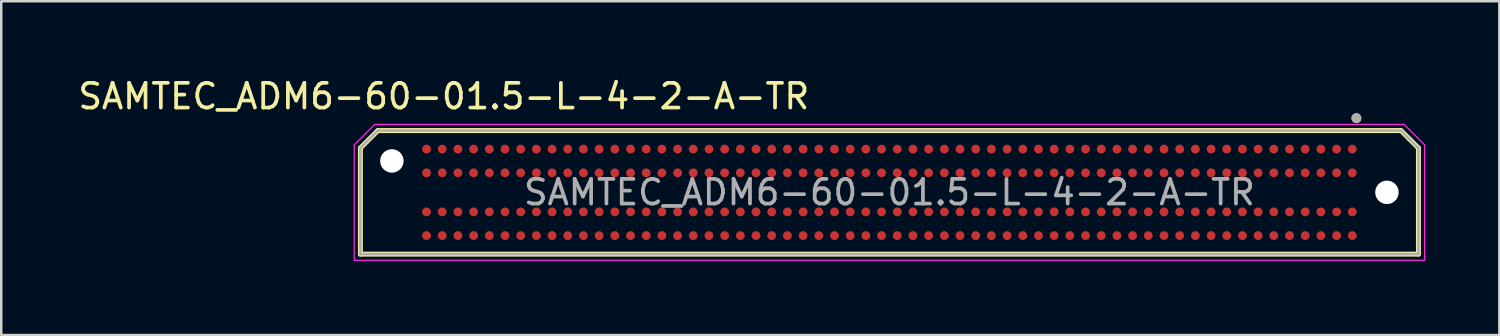
<source format=kicad_pcb>
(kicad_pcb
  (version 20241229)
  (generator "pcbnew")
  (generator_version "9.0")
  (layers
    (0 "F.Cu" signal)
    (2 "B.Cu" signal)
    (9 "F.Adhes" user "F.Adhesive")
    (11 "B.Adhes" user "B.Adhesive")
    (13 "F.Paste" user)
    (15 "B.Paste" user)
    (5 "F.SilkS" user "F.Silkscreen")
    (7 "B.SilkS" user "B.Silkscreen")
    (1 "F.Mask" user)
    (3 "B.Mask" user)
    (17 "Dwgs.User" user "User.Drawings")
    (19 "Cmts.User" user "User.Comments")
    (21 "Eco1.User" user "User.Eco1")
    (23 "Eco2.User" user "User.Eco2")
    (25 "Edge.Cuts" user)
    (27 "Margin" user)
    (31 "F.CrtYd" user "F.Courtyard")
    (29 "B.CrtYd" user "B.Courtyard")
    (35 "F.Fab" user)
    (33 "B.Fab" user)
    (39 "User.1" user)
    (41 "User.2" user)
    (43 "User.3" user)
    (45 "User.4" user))
  (footprint "SAMTEC_ADM6-60-01.5-L-4-2-A-TR"
    (layer "F.Cu")
    (at 32.945 4.734)
    (property "Reference" "SAMTEC_ADM6-60-01.5-L-4-2-A-TR" (at -18.034 -3.886 0) (layer "F.SilkS") (effects (font (size 1 1) (thickness 0.15))))
    (attr through_hole)
    (fp_line (start -21.41 -1.793) (end -20.703 -2.5) (stroke (width 0.2) (type solid)) (layer "F.SilkS"))
    (fp_line (start -21.41 2.5) (end -21.41 -1.793) (stroke (width 0.2) (type solid)) (layer "F.SilkS"))
    (fp_line (start -20.703 -2.5) (end 20.703 -2.5) (stroke (width 0.2) (type solid)) (layer "F.SilkS"))
    (fp_line (start 20.703 -2.5) (end 21.41 -1.793) (stroke (width 0.2) (type solid)) (layer "F.SilkS"))
    (fp_line (start 21.41 -1.793) (end 21.41 2.5) (stroke (width 0.2) (type solid)) (layer "F.SilkS"))
    (fp_line (start 21.41 2.5) (end -21.41 2.5) (stroke (width 0.2) (type solid)) (layer "F.SilkS"))
    (fp_circle (center 18.9 -3) (end 19 -3) (stroke (width 0.2) (type solid)) (fill no) (layer "F.SilkS"))
    (fp_line (start -21.66 -1.918) (end -20.828 -2.75) (stroke (width 0.05) (type solid)) (layer "F.CrtYd"))
    (fp_line (start -21.66 2.75) (end -21.66 -1.918) (stroke (width 0.05) (type solid)) (layer "F.CrtYd"))
    (fp_line (start -20.828 -2.75) (end 20.828 -2.75) (stroke (width 0.05) (type solid)) (layer "F.CrtYd"))
    (fp_line (start 20.828 -2.75) (end 21.66 -1.918) (stroke (width 0.05) (type solid)) (layer "F.CrtYd"))
    (fp_line (start 21.66 -1.918) (end 21.66 2.75) (stroke (width 0.05) (type solid)) (layer "F.CrtYd"))
    (fp_line (start 21.66 2.75) (end -21.66 2.75) (stroke (width 0.05) (type solid)) (layer "F.CrtYd"))
    (fp_line (start -21.41 -1.793) (end -20.703 -2.5) (stroke (width 0.1) (type solid)) (layer "F.Fab"))
    (fp_line (start -21.41 2.5) (end -21.41 -1.793) (stroke (width 0.1) (type solid)) (layer "F.Fab"))
    (fp_line (start -20.703 -2.5) (end 20.703 -2.5) (stroke (width 0.1) (type solid)) (layer "F.Fab"))
    (fp_line (start 20.703 -2.5) (end 21.41 -1.793) (stroke (width 0.1) (type solid)) (layer "F.Fab"))
    (fp_line (start 21.41 -1.793) (end 21.41 2.5) (stroke (width 0.1) (type solid)) (layer "F.Fab"))
    (fp_line (start 21.41 2.5) (end -21.41 2.5) (stroke (width 0.1) (type solid)) (layer "F.Fab"))
    (fp_circle (center 18.9 -3) (end 19 -3) (stroke (width 0.2) (type solid)) (fill no) (layer "F.Fab"))
    (fp_text user "${REFERENCE}" (at 0 0 0) (layer "F.Fab") (effects (font (size 1 1) (thickness 0.15))))
    (pad "" np_thru_hole circle (at -20.135 -1.27) (size 0.95 0.95) (drill 0.95) (layers "*.Cu" "*.Mask"))
    (pad "" np_thru_hole circle (at 20.135 0) (size 0.95 0.95) (drill 0.95) (layers "*.Cu" "*.Mask"))
    (pad "A01" smd circle (at 18.733 -1.75) (size 0.356 0.356) (layers "F.Cu" "F.Mask" "F.Paste"))
    (pad "A02" smd circle (at 18.098 -1.75) (size 0.356 0.356) (layers "F.Cu" "F.Mask" "F.Paste"))
    (pad "A03" smd circle (at 17.462 -1.75) (size 0.356 0.356) (layers "F.Cu" "F.Mask" "F.Paste"))
    (pad "A04" smd circle (at 16.828 -1.75) (size 0.356 0.356) (layers "F.Cu" "F.Mask" "F.Paste"))
    (pad "A05" smd circle (at 16.192 -1.75) (size 0.356 0.356) (layers "F.Cu" "F.Mask" "F.Paste"))
    (pad "A06" smd circle (at 15.557 -1.75) (size 0.356 0.356) (layers "F.Cu" "F.Mask" "F.Paste"))
    (pad "A07" smd circle (at 14.922 -1.75) (size 0.356 0.356) (layers "F.Cu" "F.Mask" "F.Paste"))
    (pad "A08" smd circle (at 14.287 -1.75) (size 0.356 0.356) (layers "F.Cu" "F.Mask" "F.Paste"))
    (pad "A09" smd circle (at 13.652 -1.75) (size 0.356 0.356) (layers "F.Cu" "F.Mask" "F.Paste"))
    (pad "A10" smd circle (at 13.018 -1.75) (size 0.356 0.356) (layers "F.Cu" "F.Mask" "F.Paste"))
    (pad "A11" smd circle (at 12.383 -1.75) (size 0.356 0.356) (layers "F.Cu" "F.Mask" "F.Paste"))
    (pad "A12" smd circle (at 11.748 -1.75) (size 0.356 0.356) (layers "F.Cu" "F.Mask" "F.Paste"))
    (pad "A13" smd circle (at 11.113 -1.75) (size 0.356 0.356) (layers "F.Cu" "F.Mask" "F.Paste"))
    (pad "A14" smd circle (at 10.477 -1.75) (size 0.356 0.356) (layers "F.Cu" "F.Mask" "F.Paste"))
    (pad "A15" smd circle (at 9.842 -1.75) (size 0.356 0.356) (layers "F.Cu" "F.Mask" "F.Paste"))
    (pad "A16" smd circle (at 9.207 -1.75) (size 0.356 0.356) (layers "F.Cu" "F.Mask" "F.Paste"))
    (pad "A17" smd circle (at 8.572 -1.75) (size 0.356 0.356) (layers "F.Cu" "F.Mask" "F.Paste"))
    (pad "A18" smd circle (at 7.938 -1.75) (size 0.356 0.356) (layers "F.Cu" "F.Mask" "F.Paste"))
    (pad "A19" smd circle (at 7.303 -1.75) (size 0.356 0.356) (layers "F.Cu" "F.Mask" "F.Paste"))
    (pad "A20" smd circle (at 6.668 -1.75) (size 0.356 0.356) (layers "F.Cu" "F.Mask" "F.Paste"))
    (pad "A21" smd circle (at 6.032 -1.75) (size 0.356 0.356) (layers "F.Cu" "F.Mask" "F.Paste"))
    (pad "A22" smd circle (at 5.397 -1.75) (size 0.356 0.356) (layers "F.Cu" "F.Mask" "F.Paste"))
    (pad "A23" smd circle (at 4.763 -1.75) (size 0.356 0.356) (layers "F.Cu" "F.Mask" "F.Paste"))
    (pad "A24" smd circle (at 4.128 -1.75) (size 0.356 0.356) (layers "F.Cu" "F.Mask" "F.Paste"))
    (pad "A25" smd circle (at 3.493 -1.75) (size 0.356 0.356) (layers "F.Cu" "F.Mask" "F.Paste"))
    (pad "A26" smd circle (at 2.857 -1.75) (size 0.356 0.356) (layers "F.Cu" "F.Mask" "F.Paste"))
    (pad "A27" smd circle (at 2.223 -1.75) (size 0.356 0.356) (layers "F.Cu" "F.Mask" "F.Paste"))
    (pad "A28" smd circle (at 1.587 -1.75) (size 0.356 0.356) (layers "F.Cu" "F.Mask" "F.Paste"))
    (pad "A29" smd circle (at 0.953 -1.75) (size 0.356 0.356) (layers "F.Cu" "F.Mask" "F.Paste"))
    (pad "A30" smd circle (at 0.318 -1.75) (size 0.356 0.356) (layers "F.Cu" "F.Mask" "F.Paste"))
    (pad "A31" smd circle (at -0.318 -1.75) (size 0.356 0.356) (layers "F.Cu" "F.Mask" "F.Paste"))
    (pad "A32" smd circle (at -0.953 -1.75) (size 0.356 0.356) (layers "F.Cu" "F.Mask" "F.Paste"))
    (pad "A33" smd circle (at -1.587 -1.75) (size 0.356 0.356) (layers "F.Cu" "F.Mask" "F.Paste"))
    (pad "A34" smd circle (at -2.223 -1.75) (size 0.356 0.356) (layers "F.Cu" "F.Mask" "F.Paste"))
    (pad "A35" smd circle (at -2.857 -1.75) (size 0.356 0.356) (layers "F.Cu" "F.Mask" "F.Paste"))
    (pad "A36" smd circle (at -3.493 -1.75) (size 0.356 0.356) (layers "F.Cu" "F.Mask" "F.Paste"))
    (pad "A37" smd circle (at -4.128 -1.75) (size 0.356 0.356) (layers "F.Cu" "F.Mask" "F.Paste"))
    (pad "A38" smd circle (at -4.763 -1.75) (size 0.356 0.356) (layers "F.Cu" "F.Mask" "F.Paste"))
    (pad "A39" smd circle (at -5.397 -1.75) (size 0.356 0.356) (layers "F.Cu" "F.Mask" "F.Paste"))
    (pad "A40" smd circle (at -6.032 -1.75) (size 0.356 0.356) (layers "F.Cu" "F.Mask" "F.Paste"))
    (pad "A41" smd circle (at -6.668 -1.75) (size 0.356 0.356) (layers "F.Cu" "F.Mask" "F.Paste"))
    (pad "A42" smd circle (at -7.303 -1.75) (size 0.356 0.356) (layers "F.Cu" "F.Mask" "F.Paste"))
    (pad "A43" smd circle (at -7.938 -1.75) (size 0.356 0.356) (layers "F.Cu" "F.Mask" "F.Paste"))
    (pad "A44" smd circle (at -8.572 -1.75) (size 0.356 0.356) (layers "F.Cu" "F.Mask" "F.Paste"))
    (pad "A45" smd circle (at -9.207 -1.75) (size 0.356 0.356) (layers "F.Cu" "F.Mask" "F.Paste"))
    (pad "A46" smd circle (at -9.842 -1.75) (size 0.356 0.356) (layers "F.Cu" "F.Mask" "F.Paste"))
    (pad "A47" smd circle (at -10.477 -1.75) (size 0.356 0.356) (layers "F.Cu" "F.Mask" "F.Paste"))
    (pad "A48" smd circle (at -11.113 -1.75) (size 0.356 0.356) (layers "F.Cu" "F.Mask" "F.Paste"))
    (pad "A49" smd circle (at -11.748 -1.75) (size 0.356 0.356) (layers "F.Cu" "F.Mask" "F.Paste"))
    (pad "A50" smd circle (at -12.383 -1.75) (size 0.356 0.356) (layers "F.Cu" "F.Mask" "F.Paste"))
    (pad "A51" smd circle (at -13.018 -1.75) (size 0.356 0.356) (layers "F.Cu" "F.Mask" "F.Paste"))
    (pad "A52" smd circle (at -13.652 -1.75) (size 0.356 0.356) (layers "F.Cu" "F.Mask" "F.Paste"))
    (pad "A53" smd circle (at -14.287 -1.75) (size 0.356 0.356) (layers "F.Cu" "F.Mask" "F.Paste"))
    (pad "A54" smd circle (at -14.922 -1.75) (size 0.356 0.356) (layers "F.Cu" "F.Mask" "F.Paste"))
    (pad "A55" smd circle (at -15.557 -1.75) (size 0.356 0.356) (layers "F.Cu" "F.Mask" "F.Paste"))
    (pad "A56" smd circle (at -16.192 -1.75) (size 0.356 0.356) (layers "F.Cu" "F.Mask" "F.Paste"))
    (pad "A57" smd circle (at -16.828 -1.75) (size 0.356 0.356) (layers "F.Cu" "F.Mask" "F.Paste"))
    (pad "A58" smd circle (at -17.462 -1.75) (size 0.356 0.356) (layers "F.Cu" "F.Mask" "F.Paste"))
    (pad "A59" smd circle (at -18.098 -1.75) (size 0.356 0.356) (layers "F.Cu" "F.Mask" "F.Paste"))
    (pad "A60" smd circle (at -18.733 -1.75) (size 0.356 0.356) (layers "F.Cu" "F.Mask" "F.Paste"))
    (pad "B01" smd circle (at 18.733 -0.79) (size 0.356 0.356) (layers "F.Cu" "F.Mask" "F.Paste"))
    (pad "B02" smd circle (at 18.098 -0.79) (size 0.356 0.356) (layers "F.Cu" "F.Mask" "F.Paste"))
    (pad "B03" smd circle (at 17.462 -0.79) (size 0.356 0.356) (layers "F.Cu" "F.Mask" "F.Paste"))
    (pad "B04" smd circle (at 16.828 -0.79) (size 0.356 0.356) (layers "F.Cu" "F.Mask" "F.Paste"))
    (pad "B05" smd circle (at 16.192 -0.79) (size 0.356 0.356) (layers "F.Cu" "F.Mask" "F.Paste"))
    (pad "B06" smd circle (at 15.557 -0.79) (size 0.356 0.356) (layers "F.Cu" "F.Mask" "F.Paste"))
    (pad "B07" smd circle (at 14.922 -0.79) (size 0.356 0.356) (layers "F.Cu" "F.Mask" "F.Paste"))
    (pad "B08" smd circle (at 14.287 -0.79) (size 0.356 0.356) (layers "F.Cu" "F.Mask" "F.Paste"))
    (pad "B09" smd circle (at 13.652 -0.79) (size 0.356 0.356) (layers "F.Cu" "F.Mask" "F.Paste"))
    (pad "B10" smd circle (at 13.018 -0.79) (size 0.356 0.356) (layers "F.Cu" "F.Mask" "F.Paste"))
    (pad "B11" smd circle (at 12.383 -0.79) (size 0.356 0.356) (layers "F.Cu" "F.Mask" "F.Paste"))
    (pad "B12" smd circle (at 11.748 -0.79) (size 0.356 0.356) (layers "F.Cu" "F.Mask" "F.Paste"))
    (pad "B13" smd circle (at 11.113 -0.79) (size 0.356 0.356) (layers "F.Cu" "F.Mask" "F.Paste"))
    (pad "B14" smd circle (at 10.477 -0.79) (size 0.356 0.356) (layers "F.Cu" "F.Mask" "F.Paste"))
    (pad "B15" smd circle (at 9.842 -0.79) (size 0.356 0.356) (layers "F.Cu" "F.Mask" "F.Paste"))
    (pad "B16" smd circle (at 9.207 -0.79) (size 0.356 0.356) (layers "F.Cu" "F.Mask" "F.Paste"))
    (pad "B17" smd circle (at 8.572 -0.79) (size 0.356 0.356) (layers "F.Cu" "F.Mask" "F.Paste"))
    (pad "B18" smd circle (at 7.938 -0.79) (size 0.356 0.356) (layers "F.Cu" "F.Mask" "F.Paste"))
    (pad "B19" smd circle (at 7.303 -0.79) (size 0.356 0.356) (layers "F.Cu" "F.Mask" "F.Paste"))
    (pad "B20" smd circle (at 6.668 -0.79) (size 0.356 0.356) (layers "F.Cu" "F.Mask" "F.Paste"))
    (pad "B21" smd circle (at 6.032 -0.79) (size 0.356 0.356) (layers "F.Cu" "F.Mask" "F.Paste"))
    (pad "B22" smd circle (at 5.397 -0.79) (size 0.356 0.356) (layers "F.Cu" "F.Mask" "F.Paste"))
    (pad "B23" smd circle (at 4.763 -0.79) (size 0.356 0.356) (layers "F.Cu" "F.Mask" "F.Paste"))
    (pad "B24" smd circle (at 4.128 -0.79) (size 0.356 0.356) (layers "F.Cu" "F.Mask" "F.Paste"))
    (pad "B25" smd circle (at 3.493 -0.79) (size 0.356 0.356) (layers "F.Cu" "F.Mask" "F.Paste"))
    (pad "B26" smd circle (at 2.857 -0.79) (size 0.356 0.356) (layers "F.Cu" "F.Mask" "F.Paste"))
    (pad "B27" smd circle (at 2.223 -0.79) (size 0.356 0.356) (layers "F.Cu" "F.Mask" "F.Paste"))
    (pad "B28" smd circle (at 1.587 -0.79) (size 0.356 0.356) (layers "F.Cu" "F.Mask" "F.Paste"))
    (pad "B29" smd circle (at 0.953 -0.79) (size 0.356 0.356) (layers "F.Cu" "F.Mask" "F.Paste"))
    (pad "B30" smd circle (at 0.318 -0.79) (size 0.356 0.356) (layers "F.Cu" "F.Mask" "F.Paste"))
    (pad "B31" smd circle (at -0.318 -0.79) (size 0.356 0.356) (layers "F.Cu" "F.Mask" "F.Paste"))
    (pad "B32" smd circle (at -0.953 -0.79) (size 0.356 0.356) (layers "F.Cu" "F.Mask" "F.Paste"))
    (pad "B33" smd circle (at -1.587 -0.79) (size 0.356 0.356) (layers "F.Cu" "F.Mask" "F.Paste"))
    (pad "B34" smd circle (at -2.223 -0.79) (size 0.356 0.356) (layers "F.Cu" "F.Mask" "F.Paste"))
    (pad "B35" smd circle (at -2.857 -0.79) (size 0.356 0.356) (layers "F.Cu" "F.Mask" "F.Paste"))
    (pad "B36" smd circle (at -3.493 -0.79) (size 0.356 0.356) (layers "F.Cu" "F.Mask" "F.Paste"))
    (pad "B37" smd circle (at -4.128 -0.79) (size 0.356 0.356) (layers "F.Cu" "F.Mask" "F.Paste"))
    (pad "B38" smd circle (at -4.763 -0.79) (size 0.356 0.356) (layers "F.Cu" "F.Mask" "F.Paste"))
    (pad "B39" smd circle (at -5.397 -0.79) (size 0.356 0.356) (layers "F.Cu" "F.Mask" "F.Paste"))
    (pad "B40" smd circle (at -6.032 -0.79) (size 0.356 0.356) (layers "F.Cu" "F.Mask" "F.Paste"))
    (pad "B41" smd circle (at -6.668 -0.79) (size 0.356 0.356) (layers "F.Cu" "F.Mask" "F.Paste"))
    (pad "B42" smd circle (at -7.303 -0.79) (size 0.356 0.356) (layers "F.Cu" "F.Mask" "F.Paste"))
    (pad "B43" smd circle (at -7.938 -0.79) (size 0.356 0.356) (layers "F.Cu" "F.Mask" "F.Paste"))
    (pad "B44" smd circle (at -8.572 -0.79) (size 0.356 0.356) (layers "F.Cu" "F.Mask" "F.Paste"))
    (pad "B45" smd circle (at -9.207 -0.79) (size 0.356 0.356) (layers "F.Cu" "F.Mask" "F.Paste"))
    (pad "B46" smd circle (at -9.842 -0.79) (size 0.356 0.356) (layers "F.Cu" "F.Mask" "F.Paste"))
    (pad "B47" smd circle (at -10.477 -0.79) (size 0.356 0.356) (layers "F.Cu" "F.Mask" "F.Paste"))
    (pad "B48" smd circle (at -11.113 -0.79) (size 0.356 0.356) (layers "F.Cu" "F.Mask" "F.Paste"))
    (pad "B49" smd circle (at -11.748 -0.79) (size 0.356 0.356) (layers "F.Cu" "F.Mask" "F.Paste"))
    (pad "B50" smd circle (at -12.383 -0.79) (size 0.356 0.356) (layers "F.Cu" "F.Mask" "F.Paste"))
    (pad "B51" smd circle (at -13.018 -0.79) (size 0.356 0.356) (layers "F.Cu" "F.Mask" "F.Paste"))
    (pad "B52" smd circle (at -13.652 -0.79) (size 0.356 0.356) (layers "F.Cu" "F.Mask" "F.Paste"))
    (pad "B53" smd circle (at -14.287 -0.79) (size 0.356 0.356) (layers "F.Cu" "F.Mask" "F.Paste"))
    (pad "B54" smd circle (at -14.922 -0.79) (size 0.356 0.356) (layers "F.Cu" "F.Mask" "F.Paste"))
    (pad "B55" smd circle (at -15.557 -0.79) (size 0.356 0.356) (layers "F.Cu" "F.Mask" "F.Paste"))
    (pad "B56" smd circle (at -16.192 -0.79) (size 0.356 0.356) (layers "F.Cu" "F.Mask" "F.Paste"))
    (pad "B57" smd circle (at -16.828 -0.79) (size 0.356 0.356) (layers "F.Cu" "F.Mask" "F.Paste"))
    (pad "B58" smd circle (at -17.462 -0.79) (size 0.356 0.356) (layers "F.Cu" "F.Mask" "F.Paste"))
    (pad "B59" smd circle (at -18.098 -0.79) (size 0.356 0.356) (layers "F.Cu" "F.Mask" "F.Paste"))
    (pad "B60" smd circle (at -18.733 -0.79) (size 0.356 0.356) (layers "F.Cu" "F.Mask" "F.Paste"))
    (pad "C01" smd circle (at 18.733 0.79) (size 0.356 0.356) (layers "F.Cu" "F.Mask" "F.Paste"))
    (pad "C02" smd circle (at 18.098 0.79) (size 0.356 0.356) (layers "F.Cu" "F.Mask" "F.Paste"))
    (pad "C03" smd circle (at 17.462 0.79) (size 0.356 0.356) (layers "F.Cu" "F.Mask" "F.Paste"))
    (pad "C04" smd circle (at 16.828 0.79) (size 0.356 0.356) (layers "F.Cu" "F.Mask" "F.Paste"))
    (pad "C05" smd circle (at 16.192 0.79) (size 0.356 0.356) (layers "F.Cu" "F.Mask" "F.Paste"))
    (pad "C06" smd circle (at 15.557 0.79) (size 0.356 0.356) (layers "F.Cu" "F.Mask" "F.Paste"))
    (pad "C07" smd circle (at 14.922 0.79) (size 0.356 0.356) (layers "F.Cu" "F.Mask" "F.Paste"))
    (pad "C08" smd circle (at 14.287 0.79) (size 0.356 0.356) (layers "F.Cu" "F.Mask" "F.Paste"))
    (pad "C09" smd circle (at 13.652 0.79) (size 0.356 0.356) (layers "F.Cu" "F.Mask" "F.Paste"))
    (pad "C10" smd circle (at 13.018 0.79) (size 0.356 0.356) (layers "F.Cu" "F.Mask" "F.Paste"))
    (pad "C11" smd circle (at 12.383 0.79) (size 0.356 0.356) (layers "F.Cu" "F.Mask" "F.Paste"))
    (pad "C12" smd circle (at 11.748 0.79) (size 0.356 0.356) (layers "F.Cu" "F.Mask" "F.Paste"))
    (pad "C13" smd circle (at 11.113 0.79) (size 0.356 0.356) (layers "F.Cu" "F.Mask" "F.Paste"))
    (pad "C14" smd circle (at 10.477 0.79) (size 0.356 0.356) (layers "F.Cu" "F.Mask" "F.Paste"))
    (pad "C15" smd circle (at 9.842 0.79) (size 0.356 0.356) (layers "F.Cu" "F.Mask" "F.Paste"))
    (pad "C16" smd circle (at 9.207 0.79) (size 0.356 0.356) (layers "F.Cu" "F.Mask" "F.Paste"))
    (pad "C17" smd circle (at 8.572 0.79) (size 0.356 0.356) (layers "F.Cu" "F.Mask" "F.Paste"))
    (pad "C18" smd circle (at 7.938 0.79) (size 0.356 0.356) (layers "F.Cu" "F.Mask" "F.Paste"))
    (pad "C19" smd circle (at 7.303 0.79) (size 0.356 0.356) (layers "F.Cu" "F.Mask" "F.Paste"))
    (pad "C20" smd circle (at 6.668 0.79) (size 0.356 0.356) (layers "F.Cu" "F.Mask" "F.Paste"))
    (pad "C21" smd circle (at 6.032 0.79) (size 0.356 0.356) (layers "F.Cu" "F.Mask" "F.Paste"))
    (pad "C22" smd circle (at 5.397 0.79) (size 0.356 0.356) (layers "F.Cu" "F.Mask" "F.Paste"))
    (pad "C23" smd circle (at 4.763 0.79) (size 0.356 0.356) (layers "F.Cu" "F.Mask" "F.Paste"))
    (pad "C24" smd circle (at 4.128 0.79) (size 0.356 0.356) (layers "F.Cu" "F.Mask" "F.Paste"))
    (pad "C25" smd circle (at 3.493 0.79) (size 0.356 0.356) (layers "F.Cu" "F.Mask" "F.Paste"))
    (pad "C26" smd circle (at 2.857 0.79) (size 0.356 0.356) (layers "F.Cu" "F.Mask" "F.Paste"))
    (pad "C27" smd circle (at 2.223 0.79) (size 0.356 0.356) (layers "F.Cu" "F.Mask" "F.Paste"))
    (pad "C28" smd circle (at 1.587 0.79) (size 0.356 0.356) (layers "F.Cu" "F.Mask" "F.Paste"))
    (pad "C29" smd circle (at 0.953 0.79) (size 0.356 0.356) (layers "F.Cu" "F.Mask" "F.Paste"))
    (pad "C30" smd circle (at 0.318 0.79) (size 0.356 0.356) (layers "F.Cu" "F.Mask" "F.Paste"))
    (pad "C31" smd circle (at -0.318 0.79) (size 0.356 0.356) (layers "F.Cu" "F.Mask" "F.Paste"))
    (pad "C32" smd circle (at -0.953 0.79) (size 0.356 0.356) (layers "F.Cu" "F.Mask" "F.Paste"))
    (pad "C33" smd circle (at -1.587 0.79) (size 0.356 0.356) (layers "F.Cu" "F.Mask" "F.Paste"))
    (pad "C34" smd circle (at -2.223 0.79) (size 0.356 0.356) (layers "F.Cu" "F.Mask" "F.Paste"))
    (pad "C35" smd circle (at -2.857 0.79) (size 0.356 0.356) (layers "F.Cu" "F.Mask" "F.Paste"))
    (pad "C36" smd circle (at -3.493 0.79) (size 0.356 0.356) (layers "F.Cu" "F.Mask" "F.Paste"))
    (pad "C37" smd circle (at -4.128 0.79) (size 0.356 0.356) (layers "F.Cu" "F.Mask" "F.Paste"))
    (pad "C38" smd circle (at -4.763 0.79) (size 0.356 0.356) (layers "F.Cu" "F.Mask" "F.Paste"))
    (pad "C39" smd circle (at -5.397 0.79) (size 0.356 0.356) (layers "F.Cu" "F.Mask" "F.Paste"))
    (pad "C40" smd circle (at -6.032 0.79) (size 0.356 0.356) (layers "F.Cu" "F.Mask" "F.Paste"))
    (pad "C41" smd circle (at -6.668 0.79) (size 0.356 0.356) (layers "F.Cu" "F.Mask" "F.Paste"))
    (pad "C42" smd circle (at -7.303 0.79) (size 0.356 0.356) (layers "F.Cu" "F.Mask" "F.Paste"))
    (pad "C43" smd circle (at -7.938 0.79) (size 0.356 0.356) (layers "F.Cu" "F.Mask" "F.Paste"))
    (pad "C44" smd circle (at -8.572 0.79) (size 0.356 0.356) (layers "F.Cu" "F.Mask" "F.Paste"))
    (pad "C45" smd circle (at -9.207 0.79) (size 0.356 0.356) (layers "F.Cu" "F.Mask" "F.Paste"))
    (pad "C46" smd circle (at -9.842 0.79) (size 0.356 0.356) (layers "F.Cu" "F.Mask" "F.Paste"))
    (pad "C47" smd circle (at -10.477 0.79) (size 0.356 0.356) (layers "F.Cu" "F.Mask" "F.Paste"))
    (pad "C48" smd circle (at -11.113 0.79) (size 0.356 0.356) (layers "F.Cu" "F.Mask" "F.Paste"))
    (pad "C49" smd circle (at -11.748 0.79) (size 0.356 0.356) (layers "F.Cu" "F.Mask" "F.Paste"))
    (pad "C50" smd circle (at -12.383 0.79) (size 0.356 0.356) (layers "F.Cu" "F.Mask" "F.Paste"))
    (pad "C51" smd circle (at -13.018 0.79) (size 0.356 0.356) (layers "F.Cu" "F.Mask" "F.Paste"))
    (pad "C52" smd circle (at -13.652 0.79) (size 0.356 0.356) (layers "F.Cu" "F.Mask" "F.Paste"))
    (pad "C53" smd circle (at -14.287 0.79) (size 0.356 0.356) (layers "F.Cu" "F.Mask" "F.Paste"))
    (pad "C54" smd circle (at -14.922 0.79) (size 0.356 0.356) (layers "F.Cu" "F.Mask" "F.Paste"))
    (pad "C55" smd circle (at -15.557 0.79) (size 0.356 0.356) (layers "F.Cu" "F.Mask" "F.Paste"))
    (pad "C56" smd circle (at -16.192 0.79) (size 0.356 0.356) (layers "F.Cu" "F.Mask" "F.Paste"))
    (pad "C57" smd circle (at -16.828 0.79) (size 0.356 0.356) (layers "F.Cu" "F.Mask" "F.Paste"))
    (pad "C58" smd circle (at -17.462 0.79) (size 0.356 0.356) (layers "F.Cu" "F.Mask" "F.Paste"))
    (pad "C59" smd circle (at -18.098 0.79) (size 0.356 0.356) (layers "F.Cu" "F.Mask" "F.Paste"))
    (pad "C60" smd circle (at -18.733 0.79) (size 0.356 0.356) (layers "F.Cu" "F.Mask" "F.Paste"))
    (pad "D01" smd circle (at 18.733 1.75) (size 0.356 0.356) (layers "F.Cu" "F.Mask" "F.Paste"))
    (pad "D02" smd circle (at 18.098 1.75) (size 0.356 0.356) (layers "F.Cu" "F.Mask" "F.Paste"))
    (pad "D03" smd circle (at 17.462 1.75) (size 0.356 0.356) (layers "F.Cu" "F.Mask" "F.Paste"))
    (pad "D04" smd circle (at 16.828 1.75) (size 0.356 0.356) (layers "F.Cu" "F.Mask" "F.Paste"))
    (pad "D05" smd circle (at 16.192 1.75) (size 0.356 0.356) (layers "F.Cu" "F.Mask" "F.Paste"))
    (pad "D06" smd circle (at 15.557 1.75) (size 0.356 0.356) (layers "F.Cu" "F.Mask" "F.Paste"))
    (pad "D07" smd circle (at 14.922 1.75) (size 0.356 0.356) (layers "F.Cu" "F.Mask" "F.Paste"))
    (pad "D08" smd circle (at 14.287 1.75) (size 0.356 0.356) (layers "F.Cu" "F.Mask" "F.Paste"))
    (pad "D09" smd circle (at 13.652 1.75) (size 0.356 0.356) (layers "F.Cu" "F.Mask" "F.Paste"))
    (pad "D10" smd circle (at 13.018 1.75) (size 0.356 0.356) (layers "F.Cu" "F.Mask" "F.Paste"))
    (pad "D11" smd circle (at 12.383 1.75) (size 0.356 0.356) (layers "F.Cu" "F.Mask" "F.Paste"))
    (pad "D12" smd circle (at 11.748 1.75) (size 0.356 0.356) (layers "F.Cu" "F.Mask" "F.Paste"))
    (pad "D13" smd circle (at 11.113 1.75) (size 0.356 0.356) (layers "F.Cu" "F.Mask" "F.Paste"))
    (pad "D14" smd circle (at 10.477 1.75) (size 0.356 0.356) (layers "F.Cu" "F.Mask" "F.Paste"))
    (pad "D15" smd circle (at 9.842 1.75) (size 0.356 0.356) (layers "F.Cu" "F.Mask" "F.Paste"))
    (pad "D16" smd circle (at 9.207 1.75) (size 0.356 0.356) (layers "F.Cu" "F.Mask" "F.Paste"))
    (pad "D17" smd circle (at 8.572 1.75) (size 0.356 0.356) (layers "F.Cu" "F.Mask" "F.Paste"))
    (pad "D18" smd circle (at 7.938 1.75) (size 0.356 0.356) (layers "F.Cu" "F.Mask" "F.Paste"))
    (pad "D19" smd circle (at 7.303 1.75) (size 0.356 0.356) (layers "F.Cu" "F.Mask" "F.Paste"))
    (pad "D20" smd circle (at 6.668 1.75) (size 0.356 0.356) (layers "F.Cu" "F.Mask" "F.Paste"))
    (pad "D21" smd circle (at 6.032 1.75) (size 0.356 0.356) (layers "F.Cu" "F.Mask" "F.Paste"))
    (pad "D22" smd circle (at 5.397 1.75) (size 0.356 0.356) (layers "F.Cu" "F.Mask" "F.Paste"))
    (pad "D23" smd circle (at 4.763 1.75) (size 0.356 0.356) (layers "F.Cu" "F.Mask" "F.Paste"))
    (pad "D24" smd circle (at 4.128 1.75) (size 0.356 0.356) (layers "F.Cu" "F.Mask" "F.Paste"))
    (pad "D25" smd circle (at 3.493 1.75) (size 0.356 0.356) (layers "F.Cu" "F.Mask" "F.Paste"))
    (pad "D26" smd circle (at 2.857 1.75) (size 0.356 0.356) (layers "F.Cu" "F.Mask" "F.Paste"))
    (pad "D27" smd circle (at 2.223 1.75) (size 0.356 0.356) (layers "F.Cu" "F.Mask" "F.Paste"))
    (pad "D28" smd circle (at 1.587 1.75) (size 0.356 0.356) (layers "F.Cu" "F.Mask" "F.Paste"))
    (pad "D29" smd circle (at 0.953 1.75) (size 0.356 0.356) (layers "F.Cu" "F.Mask" "F.Paste"))
    (pad "D30" smd circle (at 0.318 1.75) (size 0.356 0.356) (layers "F.Cu" "F.Mask" "F.Paste"))
    (pad "D31" smd circle (at -0.318 1.75) (size 0.356 0.356) (layers "F.Cu" "F.Mask" "F.Paste"))
    (pad "D32" smd circle (at -0.953 1.75) (size 0.356 0.356) (layers "F.Cu" "F.Mask" "F.Paste"))
    (pad "D33" smd circle (at -1.587 1.75) (size 0.356 0.356) (layers "F.Cu" "F.Mask" "F.Paste"))
    (pad "D34" smd circle (at -2.223 1.75) (size 0.356 0.356) (layers "F.Cu" "F.Mask" "F.Paste"))
    (pad "D35" smd circle (at -2.857 1.75) (size 0.356 0.356) (layers "F.Cu" "F.Mask" "F.Paste"))
    (pad "D36" smd circle (at -3.493 1.75) (size 0.356 0.356) (layers "F.Cu" "F.Mask" "F.Paste"))
    (pad "D37" smd circle (at -4.128 1.75) (size 0.356 0.356) (layers "F.Cu" "F.Mask" "F.Paste"))
    (pad "D38" smd circle (at -4.763 1.75) (size 0.356 0.356) (layers "F.Cu" "F.Mask" "F.Paste"))
    (pad "D39" smd circle (at -5.397 1.75) (size 0.356 0.356) (layers "F.Cu" "F.Mask" "F.Paste"))
    (pad "D40" smd circle (at -6.032 1.75) (size 0.356 0.356) (layers "F.Cu" "F.Mask" "F.Paste"))
    (pad "D41" smd circle (at -6.668 1.75) (size 0.356 0.356) (layers "F.Cu" "F.Mask" "F.Paste"))
    (pad "D42" smd circle (at -7.303 1.75) (size 0.356 0.356) (layers "F.Cu" "F.Mask" "F.Paste"))
    (pad "D43" smd circle (at -7.938 1.75) (size 0.356 0.356) (layers "F.Cu" "F.Mask" "F.Paste"))
    (pad "D44" smd circle (at -8.572 1.75) (size 0.356 0.356) (layers "F.Cu" "F.Mask" "F.Paste"))
    (pad "D45" smd circle (at -9.207 1.75) (size 0.356 0.356) (layers "F.Cu" "F.Mask" "F.Paste"))
    (pad "D46" smd circle (at -9.842 1.75) (size 0.356 0.356) (layers "F.Cu" "F.Mask" "F.Paste"))
    (pad "D47" smd circle (at -10.477 1.75) (size 0.356 0.356) (layers "F.Cu" "F.Mask" "F.Paste"))
    (pad "D48" smd circle (at -11.113 1.75) (size 0.356 0.356) (layers "F.Cu" "F.Mask" "F.Paste"))
    (pad "D49" smd circle (at -11.748 1.75) (size 0.356 0.356) (layers "F.Cu" "F.Mask" "F.Paste"))
    (pad "D50" smd circle (at -12.383 1.75) (size 0.356 0.356) (layers "F.Cu" "F.Mask" "F.Paste"))
    (pad "D51" smd circle (at -13.018 1.75) (size 0.356 0.356) (layers "F.Cu" "F.Mask" "F.Paste"))
    (pad "D52" smd circle (at -13.652 1.75) (size 0.356 0.356) (layers "F.Cu" "F.Mask" "F.Paste"))
    (pad "D53" smd circle (at -14.287 1.75) (size 0.356 0.356) (layers "F.Cu" "F.Mask" "F.Paste"))
    (pad "D54" smd circle (at -14.922 1.75) (size 0.356 0.356) (layers "F.Cu" "F.Mask" "F.Paste"))
    (pad "D55" smd circle (at -15.557 1.75) (size 0.356 0.356) (layers "F.Cu" "F.Mask" "F.Paste"))
    (pad "D56" smd circle (at -16.192 1.75) (size 0.356 0.356) (layers "F.Cu" "F.Mask" "F.Paste"))
    (pad "D57" smd circle (at -16.828 1.75) (size 0.356 0.356) (layers "F.Cu" "F.Mask" "F.Paste"))
    (pad "D58" smd circle (at -17.462 1.75) (size 0.356 0.356) (layers "F.Cu" "F.Mask" "F.Paste"))
    (pad "D59" smd circle (at -18.098 1.75) (size 0.356 0.356) (layers "F.Cu" "F.Mask" "F.Paste"))
    (pad "D60" smd circle (at -18.733 1.75) (size 0.356 0.356) (layers "F.Cu" "F.Mask" "F.Paste")))
  (gr_rect
    (start -3 -3)
    (end 57.63 10.509)
    (stroke (width 0.1) (type default))
    (fill no)
    (layer "Edge.Cuts")))
</source>
